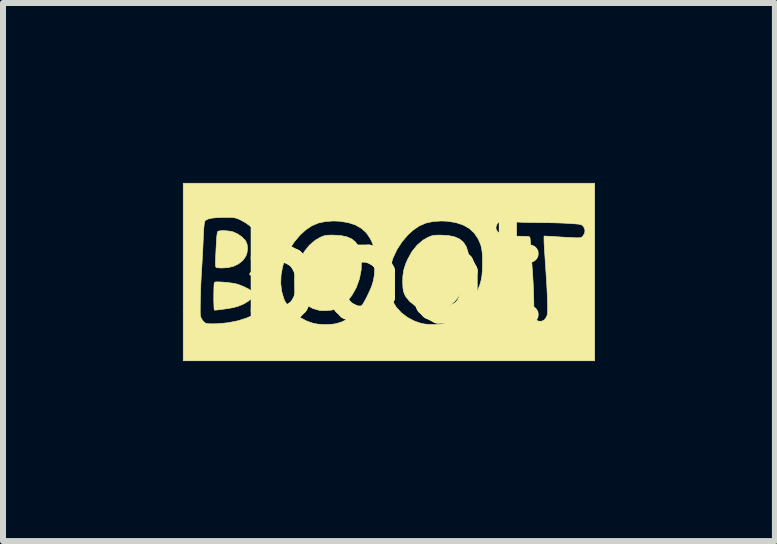
<source format=kicad_pcb>
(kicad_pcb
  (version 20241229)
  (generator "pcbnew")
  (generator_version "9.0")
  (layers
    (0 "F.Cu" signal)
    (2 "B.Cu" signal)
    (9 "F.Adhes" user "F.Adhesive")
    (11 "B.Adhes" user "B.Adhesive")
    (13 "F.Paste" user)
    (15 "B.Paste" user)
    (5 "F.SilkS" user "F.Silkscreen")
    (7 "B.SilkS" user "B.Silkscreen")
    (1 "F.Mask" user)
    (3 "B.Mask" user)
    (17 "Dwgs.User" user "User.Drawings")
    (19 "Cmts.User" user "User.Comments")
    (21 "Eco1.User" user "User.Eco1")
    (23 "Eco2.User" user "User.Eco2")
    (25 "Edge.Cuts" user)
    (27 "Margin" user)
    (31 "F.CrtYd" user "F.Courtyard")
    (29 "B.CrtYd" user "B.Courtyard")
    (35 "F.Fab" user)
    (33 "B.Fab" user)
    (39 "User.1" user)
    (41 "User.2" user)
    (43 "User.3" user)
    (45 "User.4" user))
  (footprint "boot"
    (layer "F.Cu")
    (at 3.421 1.505)
    (property "Reference" "boot" (at 0 0 0) (layer "F.SilkS") (effects (font (size 1.524 1.524) (thickness 0.3))))
    (attr through_hole)
    (fp_poly (pts (xy -2.706 -0.708) (xy -2.648 -0.702) (xy -2.596 -0.692) (xy -2.589 -0.69) (xy -2.514 -0.657) (xy -2.443 -0.609) (xy -2.386 -0.552) (xy -2.375 -0.537) (xy -2.351 -0.48) (xy -2.344 -0.412) (xy -2.353 -0.34) (xy -2.372 -0.286) (xy -2.421 -0.215) (xy -2.49 -0.159) (xy -2.575 -0.117) (xy -2.673 -0.093) (xy -2.781 -0.087) (xy -2.823 -0.09) (xy -2.842 -0.091) (xy -2.856 -0.092) (xy -2.867 -0.097) (xy -2.874 -0.109) (xy -2.878 -0.13) (xy -2.879 -0.164) (xy -2.878 -0.213) (xy -2.875 -0.281) (xy -2.871 -0.371) (xy -2.867 -0.441) (xy -2.862 -0.537) (xy -2.857 -0.608) (xy -2.851 -0.657) (xy -2.845 -0.687) (xy -2.838 -0.698) (xy -2.809 -0.706) (xy -2.763 -0.71) (xy -2.706 -0.708)) (stroke (width 0.01) (type solid)) (fill yes) (layer "F.SilkS"))
    (fp_poly (pts (xy -2.774 0.147) (xy -2.749 0.149) (xy -2.679 0.155) (xy -2.609 0.164) (xy -2.55 0.174) (xy -2.525 0.18) (xy -2.457 0.203) (xy -2.39 0.232) (xy -2.328 0.263) (xy -2.277 0.295) (xy -2.241 0.323) (xy -2.224 0.347) (xy -2.224 0.351) (xy -2.232 0.366) (xy -2.253 0.394) (xy -2.27 0.413) (xy -2.331 0.466) (xy -2.41 0.513) (xy -2.501 0.551) (xy -2.559 0.567) (xy -2.603 0.577) (xy -2.663 0.587) (xy -2.73 0.597) (xy -2.796 0.606) (xy -2.853 0.613) (xy -2.893 0.616) (xy -2.897 0.616) (xy -2.9 0.604) (xy -2.903 0.569) (xy -2.905 0.516) (xy -2.907 0.45) (xy -2.907 0.405) (xy -2.906 0.331) (xy -2.905 0.264) (xy -2.903 0.211) (xy -2.901 0.177) (xy -2.9 0.167) (xy -2.895 0.156) (xy -2.885 0.148) (xy -2.865 0.145) (xy -2.829 0.145) (xy -2.774 0.147)) (stroke (width 0.01) (type solid)) (fill yes) (layer "F.SilkS"))
    (fp_poly (pts (xy -0.792 -0.628) (xy -0.688 -0.607) (xy -0.605 -0.57) (xy -0.541 -0.517) (xy -0.494 -0.445) (xy -0.464 -0.354) (xy -0.447 -0.243) (xy -0.446 -0.221) (xy -0.449 -0.059) (xy -0.479 0.095) (xy -0.533 0.243) (xy -0.605 0.37) (xy -0.677 0.461) (xy -0.758 0.534) (xy -0.843 0.585) (xy -0.872 0.597) (xy -0.945 0.615) (xy -1.031 0.623) (xy -1.116 0.622) (xy -1.155 0.617) (xy -1.256 0.587) (xy -1.35 0.538) (xy -1.432 0.474) (xy -1.495 0.399) (xy -1.514 0.366) (xy -1.531 0.329) (xy -1.541 0.291) (xy -1.548 0.243) (xy -1.551 0.178) (xy -1.552 0.166) (xy -1.55 0.051) (xy -1.535 -0.051) (xy -1.505 -0.151) (xy -1.468 -0.234) (xy -1.396 -0.363) (xy -1.311 -0.468) (xy -1.213 -0.551) (xy -1.125 -0.601) (xy -1.087 -0.617) (xy -1.051 -0.628) (xy -1.009 -0.633) (xy -0.953 -0.635) (xy -0.918 -0.635) (xy -0.792 -0.628)) (stroke (width 0.01) (type solid)) (fill yes) (layer "F.SilkS"))
    (fp_poly (pts (xy 1.003 -0.628) (xy 1.107 -0.607) (xy 1.19 -0.57) (xy 1.254 -0.517) (xy 1.301 -0.445) (xy 1.331 -0.354) (xy 1.348 -0.243) (xy 1.349 -0.221) (xy 1.346 -0.059) (xy 1.317 0.095) (xy 1.262 0.243) (xy 1.19 0.37) (xy 1.118 0.461) (xy 1.037 0.534) (xy 0.952 0.585) (xy 0.924 0.597) (xy 0.85 0.615) (xy 0.764 0.623) (xy 0.679 0.622) (xy 0.64 0.617) (xy 0.539 0.587) (xy 0.445 0.538) (xy 0.363 0.474) (xy 0.3 0.399) (xy 0.281 0.366) (xy 0.265 0.329) (xy 0.254 0.291) (xy 0.247 0.243) (xy 0.244 0.178) (xy 0.243 0.166) (xy 0.245 0.051) (xy 0.26 -0.051) (xy 0.291 -0.151) (xy 0.327 -0.234) (xy 0.399 -0.363) (xy 0.484 -0.468) (xy 0.582 -0.551) (xy 0.67 -0.601) (xy 0.709 -0.617) (xy 0.745 -0.628) (xy 0.786 -0.633) (xy 0.842 -0.635) (xy 0.877 -0.635) (xy 1.003 -0.628)) (stroke (width 0.01) (type solid)) (fill yes) (layer "F.SilkS"))
    (fp_poly (pts (xy 3.443 1.46) (xy -3.416 1.46) (xy -3.416 0.575) (xy -3.133 0.575) (xy -3.133 0.643) (xy -3.132 0.691) (xy -3.13 0.713) (xy -3.113 0.758) (xy -3.083 0.8) (xy -3.08 0.803) (xy -3.059 0.822) (xy -3.04 0.834) (xy -3.015 0.841) (xy -2.977 0.843) (xy -2.92 0.844) (xy -2.916 0.844) (xy -2.844 0.842) (xy -2.761 0.835) (xy -2.681 0.827) (xy -2.659 0.824) (xy -2.5 0.792) (xy -2.362 0.748) (xy -2.29 0.716) (xy -2.237 0.683) (xy -2.179 0.638) (xy -2.123 0.587) (xy -2.075 0.535) (xy -2.042 0.489) (xy -2.034 0.476) (xy -2.012 0.395) (xy -2.014 0.314) (xy -2.04 0.236) (xy -2.088 0.169) (xy -1.791 0.169) (xy -1.775 0.304) (xy -1.738 0.43) (xy -1.723 0.462) (xy -1.66 0.566) (xy -1.575 0.659) (xy -1.471 0.738) (xy -1.354 0.799) (xy -1.246 0.836) (xy -1.173 0.849) (xy -1.086 0.855) (xy -0.994 0.855) (xy -0.908 0.848) (xy -0.851 0.837) (xy -0.766 0.809) (xy -0.69 0.77) (xy -0.614 0.715) (xy -0.533 0.642) (xy -0.529 0.637) (xy -0.479 0.585) (xy -0.441 0.541) (xy -0.409 0.494) (xy -0.377 0.438) (xy -0.345 0.375) (xy -0.3 0.279) (xy -0.267 0.196) (xy -0.259 0.169) (xy 0.004 0.169) (xy 0.02 0.304) (xy 0.057 0.43) (xy 0.072 0.462) (xy 0.135 0.566) (xy 0.22 0.659) (xy 0.324 0.738) (xy 0.441 0.799) (xy 0.549 0.836) (xy 0.622 0.849) (xy 0.709 0.855) (xy 0.801 0.855) (xy 0.887 0.848) (xy 0.944 0.837) (xy 1.029 0.809) (xy 1.105 0.77) (xy 1.181 0.715) (xy 1.262 0.642) (xy 1.267 0.637) (xy 1.316 0.585) (xy 1.354 0.541) (xy 1.386 0.494) (xy 1.418 0.438) (xy 1.45 0.375) (xy 1.495 0.279) (xy 1.528 0.196) (xy 1.55 0.119) (xy 1.564 0.04) (xy 1.571 -0.049) (xy 1.574 -0.157) (xy 1.574 -0.167) (xy 1.573 -0.267) (xy 1.568 -0.347) (xy 1.559 -0.412) (xy 1.545 -0.47) (xy 1.523 -0.525) (xy 1.497 -0.579) (xy 1.433 -0.673) (xy 1.35 -0.748) (xy 1.317 -0.767) (xy 1.797 -0.767) (xy 1.802 -0.725) (xy 1.831 -0.685) (xy 1.832 -0.684) (xy 1.876 -0.657) (xy 1.945 -0.637) (xy 2.039 -0.623) (xy 2.159 -0.617) (xy 2.218 -0.616) (xy 2.288 -0.615) (xy 2.333 -0.612) (xy 2.358 -0.605) (xy 2.363 -0.599) (xy 2.366 -0.581) (xy 2.37 -0.541) (xy 2.374 -0.483) (xy 2.379 -0.413) (xy 2.384 -0.348) (xy 2.39 -0.253) (xy 2.397 -0.149) (xy 2.404 -0.047) (xy 2.41 0.043) (xy 2.412 0.074) (xy 2.417 0.154) (xy 2.421 0.251) (xy 2.425 0.355) (xy 2.428 0.457) (xy 2.429 0.507) (xy 2.43 0.594) (xy 2.432 0.658) (xy 2.434 0.704) (xy 2.438 0.734) (xy 2.443 0.754) (xy 2.451 0.767) (xy 2.461 0.777) (xy 2.464 0.779) (xy 2.509 0.8) (xy 2.558 0.801) (xy 2.602 0.781) (xy 2.61 0.772) (xy 2.635 0.737) (xy 2.653 0.695) (xy 2.657 0.665) (xy 2.659 0.611) (xy 2.658 0.534) (xy 2.656 0.437) (xy 2.651 0.323) (xy 2.645 0.194) (xy 2.636 0.052) (xy 2.626 -0.101) (xy 2.619 -0.208) (xy 2.613 -0.295) (xy 2.607 -0.378) (xy 2.603 -0.452) (xy 2.6 -0.51) (xy 2.599 -0.547) (xy 2.599 -0.548) (xy 2.599 -0.62) (xy 2.75 -0.612) (xy 2.873 -0.604) (xy 2.972 -0.598) (xy 3.05 -0.594) (xy 3.11 -0.591) (xy 3.154 -0.59) (xy 3.185 -0.591) (xy 3.207 -0.593) (xy 3.221 -0.597) (xy 3.23 -0.603) (xy 3.238 -0.611) (xy 3.247 -0.62) (xy 3.276 -0.666) (xy 3.282 -0.718) (xy 3.263 -0.768) (xy 3.252 -0.783) (xy 3.239 -0.796) (xy 3.224 -0.806) (xy 3.202 -0.813) (xy 3.168 -0.819) (xy 3.119 -0.823) (xy 3.049 -0.828) (xy 3.021 -0.83) (xy 2.945 -0.834) (xy 2.85 -0.838) (xy 2.744 -0.841) (xy 2.634 -0.843) (xy 2.527 -0.844) (xy 2.506 -0.844) (xy 2.406 -0.845) (xy 2.306 -0.847) (xy 2.212 -0.85) (xy 2.13 -0.854) (xy 2.067 -0.858) (xy 2.05 -0.86) (xy 1.97 -0.867) (xy 1.911 -0.869) (xy 1.869 -0.863) (xy 1.841 -0.85) (xy 1.822 -0.828) (xy 1.815 -0.818) (xy 1.797 -0.767) (xy 1.317 -0.767) (xy 1.247 -0.806) (xy 1.125 -0.845) (xy 0.984 -0.867) (xy 0.884 -0.871) (xy 0.748 -0.862) (xy 0.629 -0.836) (xy 0.522 -0.79) (xy 0.42 -0.721) (xy 0.328 -0.638) (xy 0.229 -0.521) (xy 0.146 -0.393) (xy 0.082 -0.256) (xy 0.036 -0.114) (xy 0.01 0.028) (xy 0.004 0.169) (xy -0.259 0.169) (xy -0.245 0.119) (xy -0.231 0.04) (xy -0.224 -0.049) (xy -0.221 -0.157) (xy -0.221 -0.167) (xy -0.222 -0.267) (xy -0.227 -0.347) (xy -0.236 -0.412) (xy -0.251 -0.47) (xy -0.272 -0.525) (xy -0.299 -0.579) (xy -0.362 -0.673) (xy -0.445 -0.748) (xy -0.548 -0.806) (xy -0.67 -0.845) (xy -0.811 -0.867) (xy -0.912 -0.871) (xy -1.047 -0.862) (xy -1.166 -0.836) (xy -1.274 -0.79) (xy -1.376 -0.721) (xy -1.467 -0.638) (xy -1.566 -0.521) (xy -1.649 -0.393) (xy -1.713 -0.256) (xy -1.759 -0.114) (xy -1.785 0.028) (xy -1.791 0.169) (xy -2.088 0.169) (xy -2.089 0.168) (xy -2.099 0.158) (xy -2.128 0.135) (xy -2.17 0.105) (xy -2.218 0.074) (xy -2.264 0.046) (xy -2.3 0.027) (xy -2.309 0.023) (xy -2.308 0.011) (xy -2.292 -0.014) (xy -2.264 -0.048) (xy -2.26 -0.052) (xy -2.219 -0.101) (xy -2.181 -0.158) (xy -2.159 -0.198) (xy -2.143 -0.237) (xy -2.132 -0.272) (xy -2.126 -0.312) (xy -2.124 -0.365) (xy -2.123 -0.415) (xy -2.124 -0.481) (xy -2.127 -0.528) (xy -2.133 -0.563) (xy -2.144 -0.594) (xy -2.159 -0.623) (xy -2.211 -0.699) (xy -2.284 -0.773) (xy -2.371 -0.838) (xy -2.448 -0.881) (xy -2.491 -0.902) (xy -2.525 -0.915) (xy -2.558 -0.924) (xy -2.594 -0.929) (xy -2.643 -0.931) (xy -2.71 -0.931) (xy -2.726 -0.931) (xy -2.843 -0.928) (xy -2.935 -0.919) (xy -3.001 -0.904) (xy -3.043 -0.882) (xy -3.057 -0.866) (xy -3.063 -0.843) (xy -3.069 -0.795) (xy -3.075 -0.728) (xy -3.08 -0.644) (xy -3.083 -0.563) (xy -3.087 -0.463) (xy -3.092 -0.358) (xy -3.098 -0.255) (xy -3.103 -0.163) (xy -3.107 -0.1) (xy -3.113 -0.011) (xy -3.118 0.087) (xy -3.123 0.191) (xy -3.127 0.295) (xy -3.13 0.397) (xy -3.132 0.491) (xy -3.133 0.575) (xy -3.416 0.575) (xy -3.416 -1.5) (xy 3.443 -1.5) (xy 3.443 1.46)) (stroke (width 0.01) (type solid)) (fill yes) (layer "F.SilkS")))
  (gr_rect
    (start -3 -3)
    (end 9.869 5.971)
    (stroke (width 0.1) (type default))
    (fill no)
    (layer "Edge.Cuts")))
</source>
